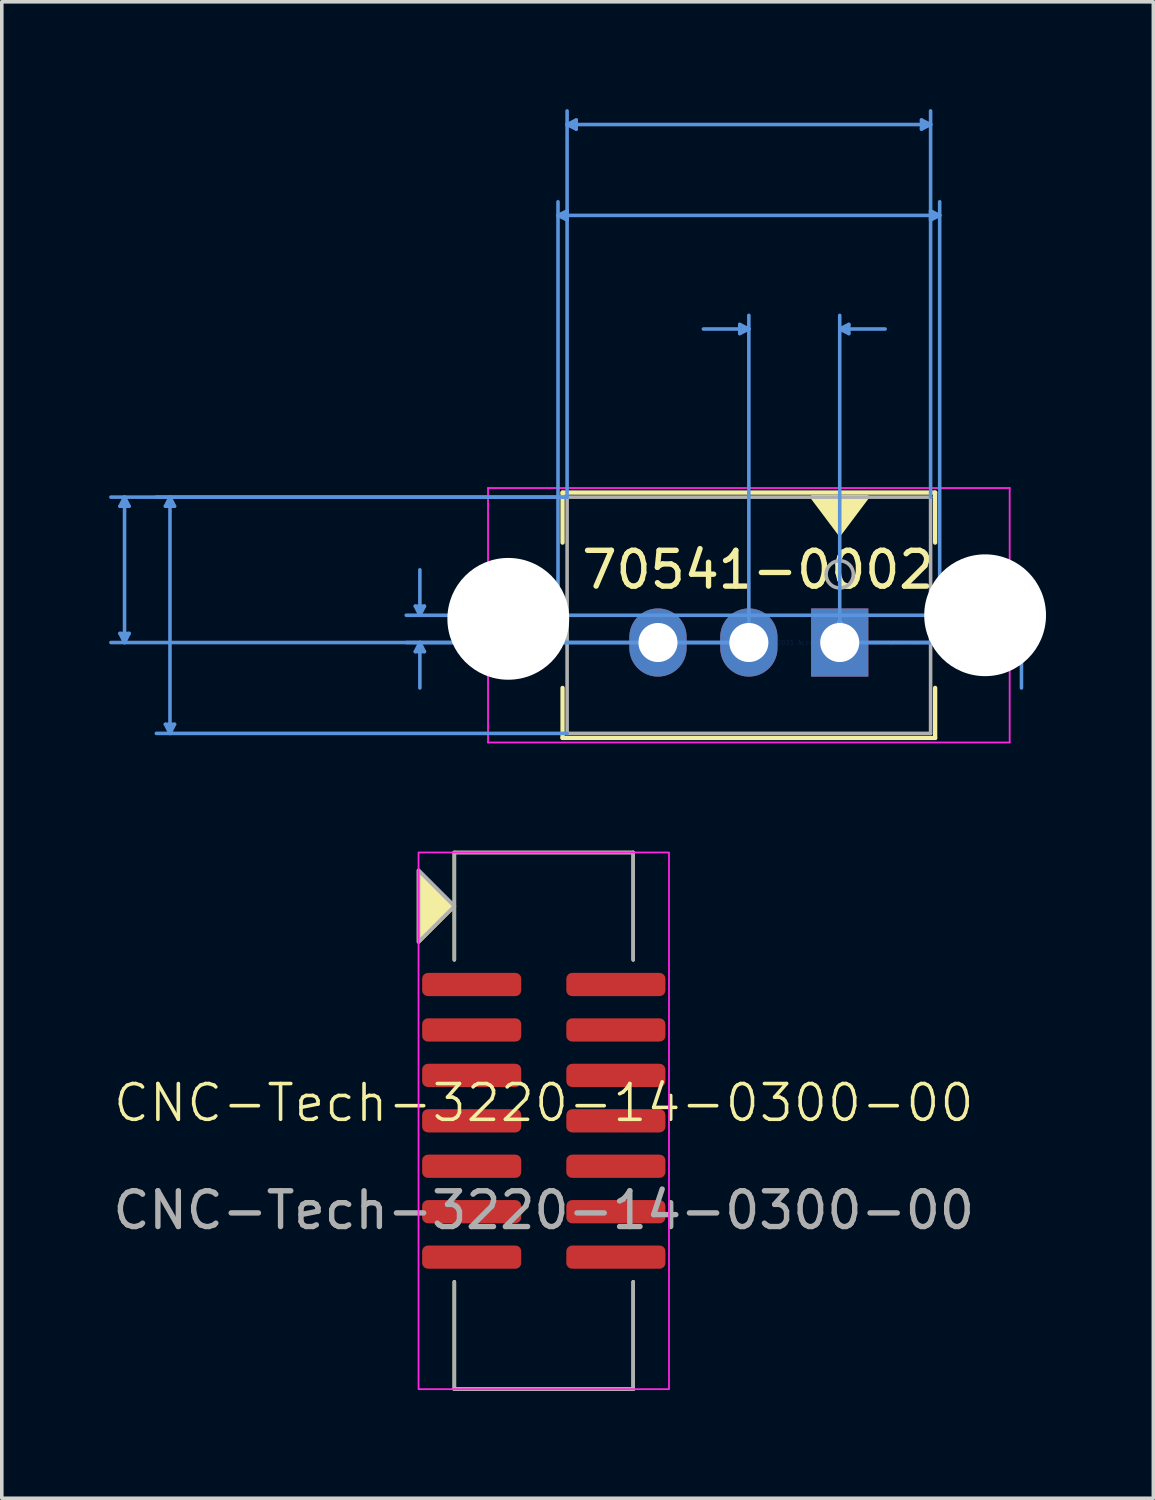
<source format=kicad_pcb>
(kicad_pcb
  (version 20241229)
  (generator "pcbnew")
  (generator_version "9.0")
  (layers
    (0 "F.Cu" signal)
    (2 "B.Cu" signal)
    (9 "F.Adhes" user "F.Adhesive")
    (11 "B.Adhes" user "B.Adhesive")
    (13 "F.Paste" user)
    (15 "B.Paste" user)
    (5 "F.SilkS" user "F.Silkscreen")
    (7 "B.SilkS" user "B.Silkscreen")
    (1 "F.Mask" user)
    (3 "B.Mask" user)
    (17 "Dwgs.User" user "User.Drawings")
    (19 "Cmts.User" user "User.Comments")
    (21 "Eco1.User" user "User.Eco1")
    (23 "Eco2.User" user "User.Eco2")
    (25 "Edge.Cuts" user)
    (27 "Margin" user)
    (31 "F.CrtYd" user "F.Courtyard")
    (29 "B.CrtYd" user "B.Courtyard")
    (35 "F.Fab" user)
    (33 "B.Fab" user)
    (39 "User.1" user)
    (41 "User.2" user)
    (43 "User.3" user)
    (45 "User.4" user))
  (footprint "70541-0002"
    (layer "F.Cu")
    (at 20.421 14.909)
    (property "Reference" "70541-0002" (at -2.286 -2.032 0) (layer "F.SilkS") (effects (font (size 1 1) (thickness 0.15))))
    (attr through_hole)
    (fp_line (start -7.747 -4.191) (end -7.747 -2.793) (stroke (width 0.12) (type solid)) (layer "F.SilkS"))
    (fp_line (start -7.747 1.269) (end -7.747 2.667) (stroke (width 0.12) (type solid)) (layer "F.SilkS"))
    (fp_line (start -7.747 2.667) (end 2.667 2.667) (stroke (width 0.12) (type solid)) (layer "F.SilkS"))
    (fp_line (start 2.667 -4.191) (end -7.747 -4.191) (stroke (width 0.12) (type solid)) (layer "F.SilkS"))
    (fp_line (start 2.667 -2.793) (end 2.667 -4.191) (stroke (width 0.12) (type solid)) (layer "F.SilkS"))
    (fp_line (start 2.667 2.667) (end 2.667 1.269) (stroke (width 0.12) (type solid)) (layer "F.SilkS"))
    (fp_poly (pts (xy 0 -3.048) (xy -0.762 -4.064) (xy 0.762 -4.064)) (stroke (width 0.12) (type solid)) (fill yes) (layer "F.SilkS"))
    (fp_line (start -20.117 -3.81) (end -19.863 -3.81) (stroke (width 0.1) (type solid)) (layer "Cmts.User"))
    (fp_line (start -20.117 -0.254) (end -19.863 -0.254) (stroke (width 0.1) (type solid)) (layer "Cmts.User"))
    (fp_line (start -19.99 -4.064) (end -20.117 -3.81) (stroke (width 0.1) (type solid)) (layer "Cmts.User"))
    (fp_line (start -19.99 -4.064) (end -19.99 0) (stroke (width 0.1) (type solid)) (layer "Cmts.User"))
    (fp_line (start -19.99 -4.064) (end -19.863 -3.81) (stroke (width 0.1) (type solid)) (layer "Cmts.User"))
    (fp_line (start -19.99 0) (end -20.117 -0.254) (stroke (width 0.1) (type solid)) (layer "Cmts.User"))
    (fp_line (start -19.99 0) (end -19.863 -0.254) (stroke (width 0.1) (type solid)) (layer "Cmts.User"))
    (fp_line (start -18.847 -3.81) (end -18.593 -3.81) (stroke (width 0.1) (type solid)) (layer "Cmts.User"))
    (fp_line (start -18.847 2.286) (end -18.593 2.286) (stroke (width 0.1) (type solid)) (layer "Cmts.User"))
    (fp_line (start -18.72 -4.064) (end -18.847 -3.81) (stroke (width 0.1) (type solid)) (layer "Cmts.User"))
    (fp_line (start -18.72 -4.064) (end -18.72 2.54) (stroke (width 0.1) (type solid)) (layer "Cmts.User"))
    (fp_line (start -18.72 -4.064) (end -18.593 -3.81) (stroke (width 0.1) (type solid)) (layer "Cmts.User"))
    (fp_line (start -18.72 2.54) (end -18.847 2.286) (stroke (width 0.1) (type solid)) (layer "Cmts.User"))
    (fp_line (start -18.72 2.54) (end -18.593 2.286) (stroke (width 0.1) (type solid)) (layer "Cmts.User"))
    (fp_line (start -11.862 -1.016) (end -11.608 -1.016) (stroke (width 0.1) (type solid)) (layer "Cmts.User"))
    (fp_line (start -11.862 0.254) (end -11.608 0.254) (stroke (width 0.1) (type solid)) (layer "Cmts.User"))
    (fp_line (start -11.735 -0.762) (end -11.862 -1.016) (stroke (width 0.1) (type solid)) (layer "Cmts.User"))
    (fp_line (start -11.735 -0.762) (end -11.735 -2.032) (stroke (width 0.1) (type solid)) (layer "Cmts.User"))
    (fp_line (start -11.735 -0.762) (end -11.608 -1.016) (stroke (width 0.1) (type solid)) (layer "Cmts.User"))
    (fp_line (start -11.735 0) (end -11.862 0.254) (stroke (width 0.1) (type solid)) (layer "Cmts.User"))
    (fp_line (start -11.735 0) (end -11.735 1.27) (stroke (width 0.1) (type solid)) (layer "Cmts.User"))
    (fp_line (start -11.735 0) (end -11.608 0.254) (stroke (width 0.1) (type solid)) (layer "Cmts.User"))
    (fp_line (start -7.874 -11.938) (end -7.62 -12.065) (stroke (width 0.1) (type solid)) (layer "Cmts.User"))
    (fp_line (start -7.874 -11.938) (end -7.62 -11.811) (stroke (width 0.1) (type solid)) (layer "Cmts.User"))
    (fp_line (start -7.874 -11.938) (end 2.794 -11.938) (stroke (width 0.1) (type solid)) (layer "Cmts.User"))
    (fp_line (start -7.874 -0.762) (end -7.874 -12.319) (stroke (width 0.1) (type solid)) (layer "Cmts.User"))
    (fp_line (start -7.62 -14.478) (end -7.366 -14.605) (stroke (width 0.1) (type solid)) (layer "Cmts.User"))
    (fp_line (start -7.62 -14.478) (end -7.366 -14.351) (stroke (width 0.1) (type solid)) (layer "Cmts.User"))
    (fp_line (start -7.62 -14.478) (end 2.54 -14.478) (stroke (width 0.1) (type solid)) (layer "Cmts.User"))
    (fp_line (start -7.62 -12.065) (end -7.62 -11.811) (stroke (width 0.1) (type solid)) (layer "Cmts.User"))
    (fp_line (start -7.62 -4.064) (end -20.371 -4.064) (stroke (width 0.1) (type solid)) (layer "Cmts.User"))
    (fp_line (start -7.62 -4.064) (end -19.101 -4.064) (stroke (width 0.1) (type solid)) (layer "Cmts.User"))
    (fp_line (start -7.62 -4.064) (end -7.62 -14.859) (stroke (width 0.1) (type solid)) (layer "Cmts.User"))
    (fp_line (start -7.62 2.54) (end -19.101 2.54) (stroke (width 0.1) (type solid)) (layer "Cmts.User"))
    (fp_line (start -7.366 -14.605) (end -7.366 -14.351) (stroke (width 0.1) (type solid)) (layer "Cmts.User"))
    (fp_line (start -2.794 -8.89) (end -2.794 -8.636) (stroke (width 0.1) (type solid)) (layer "Cmts.User"))
    (fp_line (start -2.54 -8.763) (end -3.81 -8.763) (stroke (width 0.1) (type solid)) (layer "Cmts.User"))
    (fp_line (start -2.54 -8.763) (end -2.794 -8.89) (stroke (width 0.1) (type solid)) (layer "Cmts.User"))
    (fp_line (start -2.54 -8.763) (end -2.794 -8.636) (stroke (width 0.1) (type solid)) (layer "Cmts.User"))
    (fp_line (start -2.54 0) (end -20.371 0) (stroke (width 0.1) (type solid)) (layer "Cmts.User"))
    (fp_line (start -2.54 0) (end -12.116 0) (stroke (width 0.1) (type solid)) (layer "Cmts.User"))
    (fp_line (start -2.54 0) (end -2.54 -9.144) (stroke (width 0.1) (type solid)) (layer "Cmts.User"))
    (fp_line (start 0 -8.763) (end 0.254 -8.89) (stroke (width 0.1) (type solid)) (layer "Cmts.User"))
    (fp_line (start 0 -8.763) (end 0.254 -8.636) (stroke (width 0.1) (type solid)) (layer "Cmts.User"))
    (fp_line (start 0 -8.763) (end 1.27 -8.763) (stroke (width 0.1) (type solid)) (layer "Cmts.User"))
    (fp_line (start 0 0) (end 0 -9.144) (stroke (width 0.1) (type solid)) (layer "Cmts.User"))
    (fp_line (start 0 0) (end 5.461 0) (stroke (width 0.1) (type solid)) (layer "Cmts.User"))
    (fp_line (start 0 0) (end 5.461 0) (stroke (width 0.1) (type solid)) (layer "Cmts.User"))
    (fp_line (start 0.254 -8.89) (end 0.254 -8.636) (stroke (width 0.1) (type solid)) (layer "Cmts.User"))
    (fp_line (start 2.286 -14.605) (end 2.286 -14.351) (stroke (width 0.1) (type solid)) (layer "Cmts.User"))
    (fp_line (start 2.54 -14.478) (end 2.286 -14.605) (stroke (width 0.1) (type solid)) (layer "Cmts.User"))
    (fp_line (start 2.54 -14.478) (end 2.286 -14.351) (stroke (width 0.1) (type solid)) (layer "Cmts.User"))
    (fp_line (start 2.54 -12.065) (end 2.54 -11.811) (stroke (width 0.1) (type solid)) (layer "Cmts.User"))
    (fp_line (start 2.54 -4.064) (end 2.54 -14.859) (stroke (width 0.1) (type solid)) (layer "Cmts.User"))
    (fp_line (start 2.794 -11.938) (end 2.54 -12.065) (stroke (width 0.1) (type solid)) (layer "Cmts.User"))
    (fp_line (start 2.794 -11.938) (end 2.54 -11.811) (stroke (width 0.1) (type solid)) (layer "Cmts.User"))
    (fp_line (start 2.794 -0.762) (end -12.116 -0.762) (stroke (width 0.1) (type solid)) (layer "Cmts.User"))
    (fp_line (start 2.794 -0.762) (end 2.794 -12.319) (stroke (width 0.1) (type solid)) (layer "Cmts.User"))
    (fp_line (start 4.953 -0.254) (end 5.207 -0.254) (stroke (width 0.1) (type solid)) (layer "Cmts.User"))
    (fp_line (start 4.953 0.254) (end 5.207 0.254) (stroke (width 0.1) (type solid)) (layer "Cmts.User"))
    (fp_line (start 5.08 0) (end 4.953 -0.254) (stroke (width 0.1) (type solid)) (layer "Cmts.User"))
    (fp_line (start 5.08 0) (end 4.953 0.254) (stroke (width 0.1) (type solid)) (layer "Cmts.User"))
    (fp_line (start 5.08 0) (end 5.08 -1.27) (stroke (width 0.1) (type solid)) (layer "Cmts.User"))
    (fp_line (start 5.08 0) (end 5.08 1.27) (stroke (width 0.1) (type solid)) (layer "Cmts.User"))
    (fp_line (start 5.08 0) (end 5.207 -0.254) (stroke (width 0.1) (type solid)) (layer "Cmts.User"))
    (fp_line (start 5.08 0) (end 5.207 0.254) (stroke (width 0.1) (type solid)) (layer "Cmts.User"))
    (fp_line (start -9.83 -4.318) (end -9.83 2.794) (stroke (width 0.05) (type solid)) (layer "F.CrtYd"))
    (fp_line (start -9.83 2.794) (end 4.75 2.794) (stroke (width 0.05) (type solid)) (layer "F.CrtYd"))
    (fp_line (start 4.75 -4.318) (end -9.83 -4.318) (stroke (width 0.05) (type solid)) (layer "F.CrtYd"))
    (fp_line (start 4.75 2.794) (end 4.75 -4.318) (stroke (width 0.05) (type solid)) (layer "F.CrtYd"))
    (fp_line (start -7.62 -4.064) (end -7.62 2.54) (stroke (width 0.1) (type solid)) (layer "F.Fab"))
    (fp_line (start -7.62 2.54) (end 2.54 2.54) (stroke (width 0.1) (type solid)) (layer "F.Fab"))
    (fp_line (start 2.54 -4.064) (end -7.62 -4.064) (stroke (width 0.1) (type solid)) (layer "F.Fab"))
    (fp_line (start 2.54 2.54) (end 2.54 -4.064) (stroke (width 0.1) (type solid)) (layer "F.Fab"))
    (fp_circle (center 0 -1.905) (end 0.381 -1.905) (stroke (width 0.1) (type solid)) (fill no) (layer "F.Fab"))
    (fp_text user "Copyright 2021 Accelerated Designs. All rights reserved." (at 0 0 0) (layer "Cmts.User") (effects (font (size 0.127 0.127) (thickness 0.002))))
    (fp_text user "*" (at 0 0 0) (layer "F.Fab") (effects (font (size 1 1) (thickness 0.15))))
    (pad "" np_thru_hole circle (at -9.264 -0.662) (size 3.404 3.404) (drill 3.404) (layers "*.Cu" "*.Mask"))
    (pad "" np_thru_hole circle (at 4.064 -0.762) (size 3.404 3.404) (drill 3.404) (layers "*.Cu" "*.Mask"))
    (pad "1" thru_hole rect (at 0 0) (size 1.6 1.905) (drill 1.092) (layers "*.Cu" "*.Mask"))
    (pad "2" thru_hole oval (at -2.54 0) (size 1.6 1.905) (drill 1.092) (layers "*.Cu" "*.Mask"))
    (pad "3" thru_hole oval (at -5.08 0) (size 1.6 1.905) (drill 1.092) (layers "*.Cu" "*.Mask")))
  (footprint "CNC-Tech-3220-14-0300-00"
    (layer "F.Cu")
    (at 12.149 28.278)
    (property "Reference" "CNC-Tech-3220-14-0300-00" (at 0 -0.5 0) (unlocked yes) (layer "F.SilkS") (effects (font (size 1 1) (thickness 0.1))))
    (attr smd)
    (fp_line (start -2.5 -7.5) (end -2.5 -4.5) (stroke (width 0.1) (type default)) (layer "F.SilkS"))
    (fp_line (start -2.5 -7.5) (end 2.5 -7.5) (stroke (width 0.1) (type default)) (layer "F.SilkS"))
    (fp_line (start -2.5 7.5) (end -2.5 4.5) (stroke (width 0.1) (type default)) (layer "F.SilkS"))
    (fp_line (start -2.5 7.5) (end 2.5 7.5) (stroke (width 0.1) (type default)) (layer "F.SilkS"))
    (fp_line (start 2.5 -7.5) (end 2.5 -4.5) (stroke (width 0.1) (type default)) (layer "F.SilkS"))
    (fp_line (start 2.5 7.5) (end 2.5 4.5) (stroke (width 0.1) (type default)) (layer "F.SilkS"))
    (fp_poly (pts (xy -2.5 -6) (xy -3.5 -5) (xy -3.5 -7)) (stroke (width 0.1) (type solid)) (fill yes) (layer "F.SilkS"))
    (fp_rect (start -3.5 -7.5) (end 3.5 7.5) (stroke (width 0.05) (type default)) (fill no) (layer "F.CrtYd"))
    (fp_line (start -2.5 -7.5) (end 2.5 -7.5) (stroke (width 0.1) (type default)) (layer "F.Fab"))
    (fp_line (start -2.5 -4.5) (end -2.5 -7.5) (stroke (width 0.1) (type default)) (layer "F.Fab"))
    (fp_line (start -2.5 4.5) (end -2.5 7.5) (stroke (width 0.1) (type default)) (layer "F.Fab"))
    (fp_line (start -2.5 7.5) (end 2.5 7.5) (stroke (width 0.1) (type default)) (layer "F.Fab"))
    (fp_line (start 2.5 -7.5) (end 2.5 -4.5) (stroke (width 0.1) (type default)) (layer "F.Fab"))
    (fp_line (start 2.5 7.5) (end 2.5 4.5) (stroke (width 0.1) (type default)) (layer "F.Fab"))
    (fp_poly (pts (xy -3.5 -5) (xy -2.5 -6) (xy -3.5 -7)) (stroke (width 0.1) (type solid)) (fill no) (layer "F.Fab"))
    (fp_text user "${REFERENCE}" (at 0 2.5 0) (unlocked yes) (layer "F.Fab") (effects (font (size 1 1) (thickness 0.15))))
    (pad "1" smd roundrect (at -2.015 -3.81) (size 2.77 0.65) (layers "F.Cu" "F.Mask" "F.Paste") (roundrect_rratio 0.25))
    (pad "2" smd roundrect (at 2.015 -3.81) (size 2.77 0.65) (layers "F.Cu" "F.Mask" "F.Paste") (roundrect_rratio 0.25))
    (pad "3" smd roundrect (at -2.015 -2.54) (size 2.77 0.65) (layers "F.Cu" "F.Mask" "F.Paste") (roundrect_rratio 0.25))
    (pad "4" smd roundrect (at 2.015 -2.54) (size 2.77 0.65) (layers "F.Cu" "F.Mask" "F.Paste") (roundrect_rratio 0.25))
    (pad "5" smd roundrect (at -2.015 -1.27) (size 2.77 0.65) (layers "F.Cu" "F.Mask" "F.Paste") (roundrect_rratio 0.25))
    (pad "6" smd roundrect (at 2.015 -1.27) (size 2.77 0.65) (layers "F.Cu" "F.Mask" "F.Paste") (roundrect_rratio 0.25))
    (pad "7" smd roundrect (at -2.015 0) (size 2.77 0.65) (layers "F.Cu" "F.Mask" "F.Paste") (roundrect_rratio 0.25))
    (pad "8" smd roundrect (at 2.015 0) (size 2.77 0.65) (layers "F.Cu" "F.Mask" "F.Paste") (roundrect_rratio 0.25))
    (pad "9" smd roundrect (at -2.015 1.27) (size 2.77 0.65) (layers "F.Cu" "F.Mask" "F.Paste") (roundrect_rratio 0.25))
    (pad "10" smd roundrect (at 2.015 1.27) (size 2.77 0.65) (layers "F.Cu" "F.Mask" "F.Paste") (roundrect_rratio 0.25))
    (pad "11" smd roundrect (at -2.015 2.54) (size 2.77 0.65) (layers "F.Cu" "F.Mask" "F.Paste") (roundrect_rratio 0.25))
    (pad "12" smd roundrect (at 2.015 2.54) (size 2.77 0.65) (layers "F.Cu" "F.Mask" "F.Paste") (roundrect_rratio 0.25))
    (pad "13" smd roundrect (at -2.015 3.81) (size 2.77 0.65) (layers "F.Cu" "F.Mask" "F.Paste") (roundrect_rratio 0.25))
    (pad "14" smd roundrect (at 2.015 3.81) (size 2.77 0.65) (layers "F.Cu" "F.Mask" "F.Paste") (roundrect_rratio 0.25)))
  (gr_rect
    (start -3 -3)
    (end 29.187 38.828)
    (stroke (width 0.1) (type default))
    (fill no)
    (layer "Edge.Cuts")))
</source>
